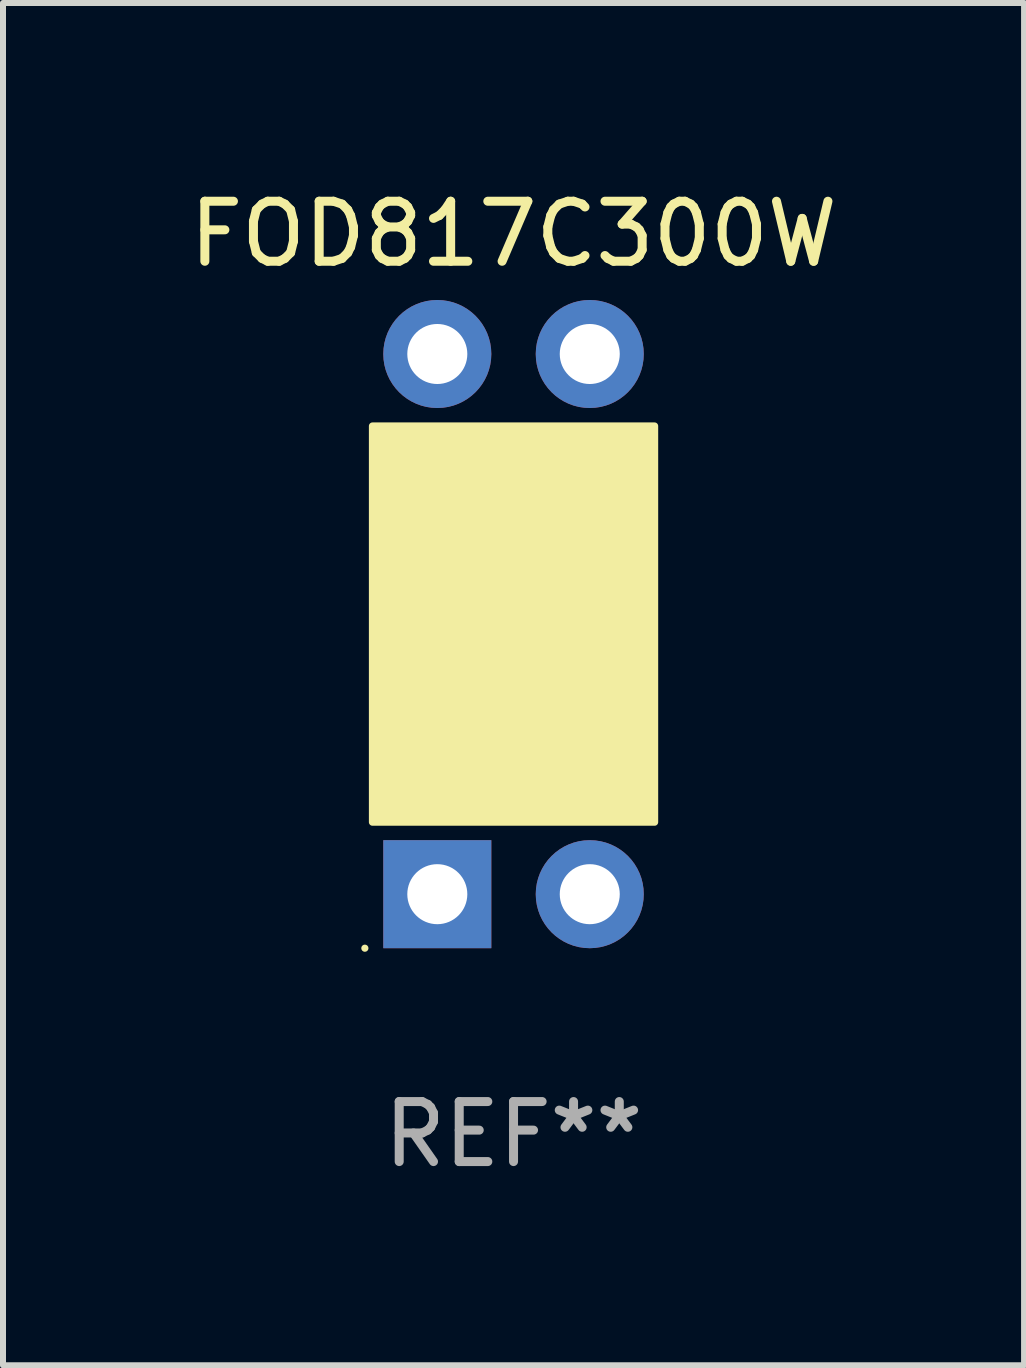
<source format=kicad_pcb>
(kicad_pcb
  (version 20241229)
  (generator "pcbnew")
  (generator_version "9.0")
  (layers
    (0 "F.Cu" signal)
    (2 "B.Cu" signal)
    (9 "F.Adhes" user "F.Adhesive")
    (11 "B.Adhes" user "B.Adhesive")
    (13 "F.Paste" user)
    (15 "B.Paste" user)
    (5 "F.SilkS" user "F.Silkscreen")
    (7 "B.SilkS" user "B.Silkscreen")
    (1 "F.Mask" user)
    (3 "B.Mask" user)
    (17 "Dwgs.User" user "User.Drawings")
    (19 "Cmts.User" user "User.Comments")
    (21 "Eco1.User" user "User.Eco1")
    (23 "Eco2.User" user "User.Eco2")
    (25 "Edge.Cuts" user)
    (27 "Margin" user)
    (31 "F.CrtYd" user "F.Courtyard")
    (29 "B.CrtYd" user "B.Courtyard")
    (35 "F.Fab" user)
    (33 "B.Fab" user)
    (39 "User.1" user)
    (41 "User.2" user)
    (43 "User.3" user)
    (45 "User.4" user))
  (footprint "FOD817C300W"
    (layer "F.Cu")
    (at 5.506 7.348)
    (property "Reference" "FOD817C300W" (at 0 -6.5 0) (layer "F.SilkS") (effects (font (size 1 1) (thickness 0.15))))
    (attr through_hole)
    (fp_circle (center -2.477 5.4) (end -2.447 5.4) (stroke (width 0.06) (type solid)) (fill no) (layer "F.SilkS"))
    (fp_circle (center -1.798 2.727) (end -1.586 2.727) (stroke (width 0.254) (type solid)) (fill no) (layer "F.SilkS"))
    (fp_poly (pts (xy -2.35 -3.3) (xy 2.35 -3.3) (xy 2.35 3.3) (xy -2.35 3.3)) (stroke (width 0.12) (type solid)) (fill yes) (layer "F.SilkS"))
    (fp_text user "REF**" (at 0 8.5 0) (layer "F.Fab") (effects (font (size 1 1) (thickness 0.15))))
    (pad "1" thru_hole rect (at -1.27 4.5 90) (size 1.8 1.8) (drill 1) (layers "*.Cu" "*.Mask"))
    (pad "2" thru_hole circle (at 1.27 4.5) (size 1.8 1.8) (drill 1) (layers "*.Cu" "*.Mask"))
    (pad "3" thru_hole circle (at 1.27 -4.5) (size 1.8 1.8) (drill 1) (layers "*.Cu" "*.Mask"))
    (pad "4" thru_hole circle (at -1.27 -4.5) (size 1.8 1.8) (drill 1) (layers "*.Cu" "*.Mask")))
  (gr_rect
    (start -3 -3)
    (end 14.012 19.697)
    (stroke (width 0.1) (type default))
    (fill no)
    (layer "Edge.Cuts")))
</source>
